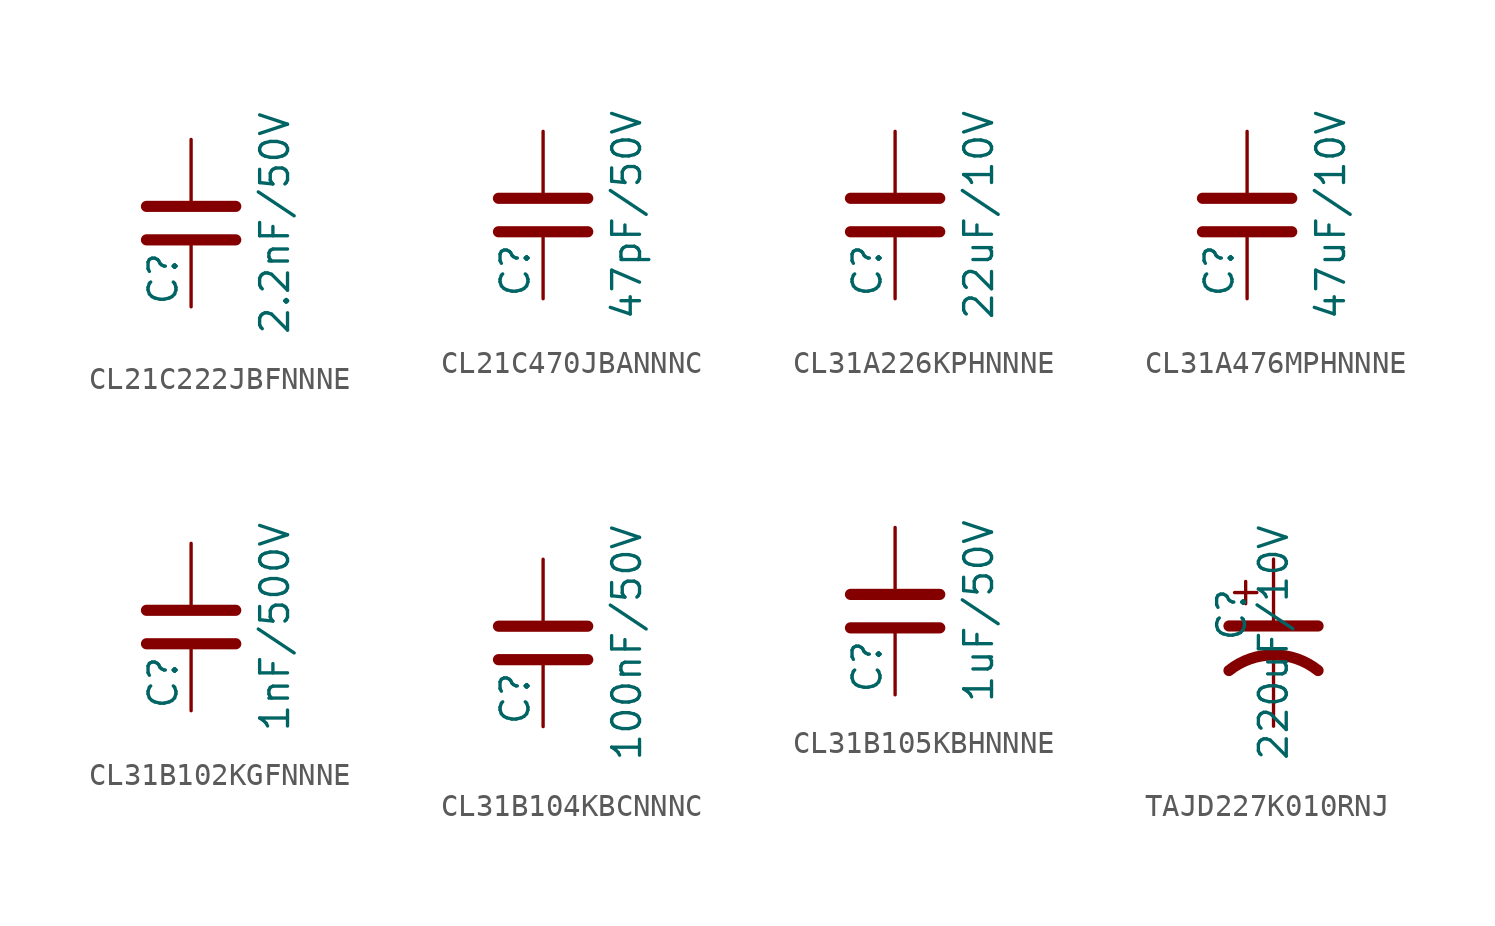
<source format=kicad_sym>
(kicad_symbol_lib
  (version 20211014)
  (generator conandllu_kicad_symbol_generator_20230922_18:37:20)
  (symbol "CL21C222JBFNNNE"
    (pin_numbers hide)
    (pin_names
      (offset 0.254))
    (property "Reference" "C"
      (at -1.27 -3.81 90)
      (effects (font (size 1.27 1.27)) (justify left)))
    (property "Value" "2.2nF/50V"
      (at 3.81 0 90)
      (effects (font (size 1.27 1.27))))
    (symbol "CL21C222JBFNNNE_0_1"
      (polyline (pts (xy -2.032 -0.762) (xy 2.032 -0.762)) (stroke (width 0.508) (type default)) (fill (type none)))
      (polyline (pts (xy -2.032 0.762) (xy 2.032 0.762)) (stroke (width 0.508) (type default)) (fill (type none))))
    (symbol "CL21C222JBFNNNE_1_1"
      (pin passive line (at 0 3.81 270) (length 2.794) (name "~" (effects (font (size 1.27 1.27)))) (number "1" (effects (font (size 1.27 1.27)))))
      (pin passive line (at 0 -3.81 90) (length 2.794) (name "~" (effects (font (size 1.27 1.27)))) (number "2" (effects (font (size 1.27 1.27)))))))
  (symbol "CL21C470JBANNNC"
    (pin_numbers hide)
    (pin_names
      (offset 0.254))
    (property "Reference" "C"
      (at -1.27 -3.81 90)
      (effects (font (size 1.27 1.27)) (justify left)))
    (property "Value" "47pF/50V"
      (at 3.81 0 90)
      (effects (font (size 1.27 1.27))))
    (symbol "CL21C470JBANNNC_0_1"
      (polyline (pts (xy -2.032 -0.762) (xy 2.032 -0.762)) (stroke (width 0.508) (type default)) (fill (type none)))
      (polyline (pts (xy -2.032 0.762) (xy 2.032 0.762)) (stroke (width 0.508) (type default)) (fill (type none))))
    (symbol "CL21C470JBANNNC_1_1"
      (pin passive line (at 0 3.81 270) (length 2.794) (name "~" (effects (font (size 1.27 1.27)))) (number "1" (effects (font (size 1.27 1.27)))))
      (pin passive line (at 0 -3.81 90) (length 2.794) (name "~" (effects (font (size 1.27 1.27)))) (number "2" (effects (font (size 1.27 1.27)))))))
  (symbol "CL31A226KPHNNNE"
    (pin_numbers hide)
    (pin_names
      (offset 0.254))
    (property "Reference" "C"
      (at -1.27 -3.81 90)
      (effects (font (size 1.27 1.27)) (justify left)))
    (property "Value" "22uF/10V"
      (at 3.81 0 90)
      (effects (font (size 1.27 1.27))))
    (symbol "CL31A226KPHNNNE_0_1"
      (polyline (pts (xy -2.032 -0.762) (xy 2.032 -0.762)) (stroke (width 0.508) (type default)) (fill (type none)))
      (polyline (pts (xy -2.032 0.762) (xy 2.032 0.762)) (stroke (width 0.508) (type default)) (fill (type none))))
    (symbol "CL31A226KPHNNNE_1_1"
      (pin passive line (at 0 3.81 270) (length 2.794) (name "~" (effects (font (size 1.27 1.27)))) (number "1" (effects (font (size 1.27 1.27)))))
      (pin passive line (at 0 -3.81 90) (length 2.794) (name "~" (effects (font (size 1.27 1.27)))) (number "2" (effects (font (size 1.27 1.27)))))))
  (symbol "CL31A476MPHNNNE"
    (pin_numbers hide)
    (pin_names
      (offset 0.254))
    (property "Reference" "C"
      (at -1.27 -3.81 90)
      (effects (font (size 1.27 1.27)) (justify left)))
    (property "Value" "47uF/10V"
      (at 3.81 0 90)
      (effects (font (size 1.27 1.27))))
    (symbol "CL31A476MPHNNNE_0_1"
      (polyline (pts (xy -2.032 -0.762) (xy 2.032 -0.762)) (stroke (width 0.508) (type default)) (fill (type none)))
      (polyline (pts (xy -2.032 0.762) (xy 2.032 0.762)) (stroke (width 0.508) (type default)) (fill (type none))))
    (symbol "CL31A476MPHNNNE_1_1"
      (pin passive line (at 0 3.81 270) (length 2.794) (name "~" (effects (font (size 1.27 1.27)))) (number "1" (effects (font (size 1.27 1.27)))))
      (pin passive line (at 0 -3.81 90) (length 2.794) (name "~" (effects (font (size 1.27 1.27)))) (number "2" (effects (font (size 1.27 1.27)))))))
  (symbol "CL31B102KGFNNNE"
    (pin_numbers hide)
    (pin_names
      (offset 0.254))
    (property "Reference" "C"
      (at -1.27 -3.81 90)
      (effects (font (size 1.27 1.27)) (justify left)))
    (property "Value" "1nF/500V"
      (at 3.81 0 90)
      (effects (font (size 1.27 1.27))))
    (symbol "CL31B102KGFNNNE_0_1"
      (polyline (pts (xy -2.032 -0.762) (xy 2.032 -0.762)) (stroke (width 0.508) (type default)) (fill (type none)))
      (polyline (pts (xy -2.032 0.762) (xy 2.032 0.762)) (stroke (width 0.508) (type default)) (fill (type none))))
    (symbol "CL31B102KGFNNNE_1_1"
      (pin passive line (at 0 3.81 270) (length 2.794) (name "~" (effects (font (size 1.27 1.27)))) (number "1" (effects (font (size 1.27 1.27)))))
      (pin passive line (at 0 -3.81 90) (length 2.794) (name "~" (effects (font (size 1.27 1.27)))) (number "2" (effects (font (size 1.27 1.27)))))))
  (symbol "CL31B104KBCNNNC"
    (pin_numbers hide)
    (pin_names
      (offset 0.254))
    (property "Reference" "C"
      (at -1.27 -3.81 90)
      (effects (font (size 1.27 1.27)) (justify left)))
    (property "Value" "100nF/50V"
      (at 3.81 0 90)
      (effects (font (size 1.27 1.27))))
    (symbol "CL31B104KBCNNNC_0_1"
      (polyline (pts (xy -2.032 -0.762) (xy 2.032 -0.762)) (stroke (width 0.508) (type default)) (fill (type none)))
      (polyline (pts (xy -2.032 0.762) (xy 2.032 0.762)) (stroke (width 0.508) (type default)) (fill (type none))))
    (symbol "CL31B104KBCNNNC_1_1"
      (pin passive line (at 0 3.81 270) (length 2.794) (name "~" (effects (font (size 1.27 1.27)))) (number "1" (effects (font (size 1.27 1.27)))))
      (pin passive line (at 0 -3.81 90) (length 2.794) (name "~" (effects (font (size 1.27 1.27)))) (number "2" (effects (font (size 1.27 1.27)))))))
  (symbol "CL31B105KBHNNNE"
    (pin_numbers hide)
    (pin_names
      (offset 0.254))
    (property "Reference" "C"
      (at -1.27 -3.81 90)
      (effects (font (size 1.27 1.27)) (justify left)))
    (property "Value" "1uF/50V"
      (at 3.81 0 90)
      (effects (font (size 1.27 1.27))))
    (symbol "CL31B105KBHNNNE_0_1"
      (polyline (pts (xy -2.032 -0.762) (xy 2.032 -0.762)) (stroke (width 0.508) (type default)) (fill (type none)))
      (polyline (pts (xy -2.032 0.762) (xy 2.032 0.762)) (stroke (width 0.508) (type default)) (fill (type none))))
    (symbol "CL31B105KBHNNNE_1_1"
      (pin passive line (at 0 3.81 270) (length 2.794) (name "~" (effects (font (size 1.27 1.27)))) (number "1" (effects (font (size 1.27 1.27)))))
      (pin passive line (at 0 -3.81 90) (length 2.794) (name "~" (effects (font (size 1.27 1.27)))) (number "2" (effects (font (size 1.27 1.27)))))))
  (symbol "TAJD227K010RNJ"
    (pin_numbers hide)
    (pin_names
      (offset 0.254) hide)
    (property "Reference" "C"
      (at -1.905 0 90)
      (effects (font (size 1.27 1.27)) (justify left)))
    (property "Value" "220uF/10V"
      (at 0 0 90)
      (effects (font (size 1.27 1.27))))
    (symbol "TAJD227K010RNJ_0_1"
      (polyline (pts (xy -2.032 0.762) (xy 2.032 0.762)) (stroke (width 0.508) (type default)) (fill (type none)))
      (polyline (pts (xy -1.778 2.286) (xy -0.762 2.286)) (stroke (width 0) (type default)) (fill (type none)))
      (polyline (pts (xy -1.27 1.778) (xy -1.27 2.794)) (stroke (width 0) (type default)) (fill (type none)))
      (arc (start 2.032 -1.27) (mid 0 -0.5572) (end -2.032 -1.27) (stroke (width 0.508) (type default)) (fill (type none))))
    (symbol "TAJD227K010RNJ_1_1"
      (pin passive line (at 0 3.81 270) (length 2.794) (name "~" (effects (font (size 1.27 1.27)))) (number "1" (effects (font (size 1.27 1.27)))))
      (pin passive line (at 0 -3.81 90) (length 3.302) (name "~" (effects (font (size 1.27 1.27)))) (number "2" (effects (font (size 1.27 1.27))))))))
</source>
